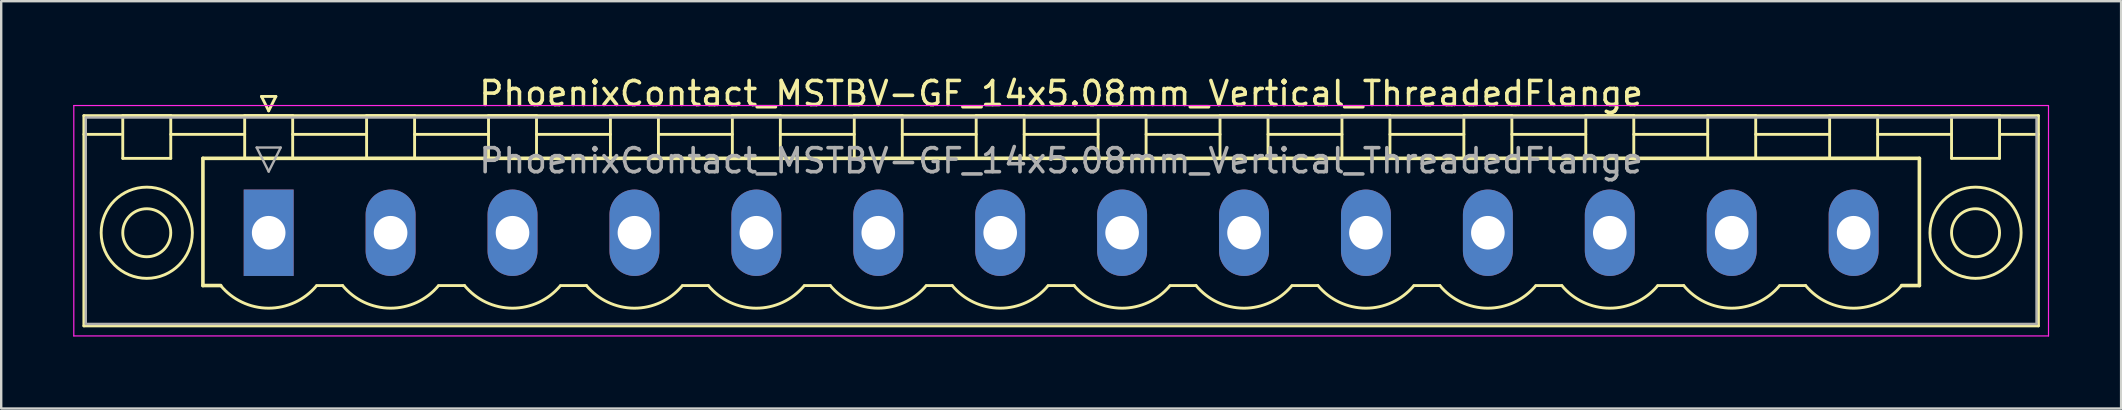
<source format=kicad_pcb>
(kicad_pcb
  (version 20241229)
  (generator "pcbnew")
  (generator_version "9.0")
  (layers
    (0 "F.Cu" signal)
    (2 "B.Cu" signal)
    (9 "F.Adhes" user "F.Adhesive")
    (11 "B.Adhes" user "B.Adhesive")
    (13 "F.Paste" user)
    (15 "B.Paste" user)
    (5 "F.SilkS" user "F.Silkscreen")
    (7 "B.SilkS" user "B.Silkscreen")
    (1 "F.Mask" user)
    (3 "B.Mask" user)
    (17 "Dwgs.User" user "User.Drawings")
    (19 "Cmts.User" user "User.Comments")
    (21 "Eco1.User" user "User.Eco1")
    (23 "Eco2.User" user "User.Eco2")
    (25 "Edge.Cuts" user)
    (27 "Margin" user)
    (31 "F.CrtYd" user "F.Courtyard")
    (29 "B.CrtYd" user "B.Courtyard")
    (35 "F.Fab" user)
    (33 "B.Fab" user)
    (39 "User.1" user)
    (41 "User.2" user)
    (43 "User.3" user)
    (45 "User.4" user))
  (footprint "PhoenixContact_MSTBV-GF_14x5.08mm_Vertical_ThreadedFlange"
    (layer "F.Cu")
    (at 8.145 6.648)
    (property "Reference" "PhoenixContact_MSTBV-GF_14x5.08mm_Vertical_ThreadedFlange" (at 33.02 -5.8 0) (layer "F.SilkS") (effects (font (size 1 1) (thickness 0.15))))
    (attr through_hole)
    (fp_line (start -7.7 -4.88) (end -7.7 3.88) (stroke (width 0.12) (type solid)) (layer "F.SilkS"))
    (fp_line (start -7.7 -4.1) (end -6.16 -4.1) (stroke (width 0.12) (type solid)) (layer "F.SilkS"))
    (fp_line (start -7.7 3.88) (end 73.74 3.88) (stroke (width 0.12) (type solid)) (layer "F.SilkS"))
    (fp_line (start -6.08 -4.88) (end -4.08 -4.88) (stroke (width 0.12) (type solid)) (layer "F.SilkS"))
    (fp_line (start -6.08 -3.1) (end -6.08 -4.88) (stroke (width 0.12) (type solid)) (layer "F.SilkS"))
    (fp_line (start -4.08 -4.88) (end -4.08 -3.1) (stroke (width 0.12) (type solid)) (layer "F.SilkS"))
    (fp_line (start -4.08 -4.1) (end -1 -4.1) (stroke (width 0.12) (type solid)) (layer "F.SilkS"))
    (fp_line (start -4.08 -3.1) (end -6.08 -3.1) (stroke (width 0.12) (type solid)) (layer "F.SilkS"))
    (fp_line (start -2.74 -3.1) (end 68.78 -3.1) (stroke (width 0.15) (type solid)) (layer "F.SilkS"))
    (fp_line (start -2.74 2.2) (end -2.74 -3.1) (stroke (width 0.15) (type solid)) (layer "F.SilkS"))
    (fp_line (start -2 2.2) (end -2.74 2.2) (stroke (width 0.15) (type solid)) (layer "F.SilkS"))
    (fp_line (start -1 -4.88) (end 1 -4.88) (stroke (width 0.12) (type solid)) (layer "F.SilkS"))
    (fp_line (start -1 -3.1) (end -1 -4.88) (stroke (width 0.12) (type solid)) (layer "F.SilkS"))
    (fp_line (start -0.3 -5.68) (end 0.3 -5.68) (stroke (width 0.12) (type solid)) (layer "F.SilkS"))
    (fp_line (start 0 -5.08) (end -0.3 -5.68) (stroke (width 0.12) (type solid)) (layer "F.SilkS"))
    (fp_line (start 0.3 -5.68) (end 0 -5.08) (stroke (width 0.12) (type solid)) (layer "F.SilkS"))
    (fp_line (start 1 -4.88) (end 1 -3.1) (stroke (width 0.12) (type solid)) (layer "F.SilkS"))
    (fp_line (start 1 -4.1) (end 4.08 -4.1) (stroke (width 0.12) (type solid)) (layer "F.SilkS"))
    (fp_line (start 1 -3.1) (end -1 -3.1) (stroke (width 0.12) (type solid)) (layer "F.SilkS"))
    (fp_line (start 2 2.2) (end 3.08 2.2) (stroke (width 0.12) (type solid)) (layer "F.SilkS"))
    (fp_line (start 4.08 -4.88) (end 6.08 -4.88) (stroke (width 0.12) (type solid)) (layer "F.SilkS"))
    (fp_line (start 4.08 -3.1) (end 4.08 -4.88) (stroke (width 0.12) (type solid)) (layer "F.SilkS"))
    (fp_line (start 6.08 -4.88) (end 6.08 -3.1) (stroke (width 0.12) (type solid)) (layer "F.SilkS"))
    (fp_line (start 6.08 -4.1) (end 9.16 -4.1) (stroke (width 0.12) (type solid)) (layer "F.SilkS"))
    (fp_line (start 6.08 -3.1) (end 4.08 -3.1) (stroke (width 0.12) (type solid)) (layer "F.SilkS"))
    (fp_line (start 7.08 2.2) (end 8.16 2.2) (stroke (width 0.12) (type solid)) (layer "F.SilkS"))
    (fp_line (start 9.16 -4.88) (end 11.16 -4.88) (stroke (width 0.12) (type solid)) (layer "F.SilkS"))
    (fp_line (start 9.16 -3.1) (end 9.16 -4.88) (stroke (width 0.12) (type solid)) (layer "F.SilkS"))
    (fp_line (start 11.16 -4.88) (end 11.16 -3.1) (stroke (width 0.12) (type solid)) (layer "F.SilkS"))
    (fp_line (start 11.16 -4.1) (end 14.24 -4.1) (stroke (width 0.12) (type solid)) (layer "F.SilkS"))
    (fp_line (start 11.16 -3.1) (end 9.16 -3.1) (stroke (width 0.12) (type solid)) (layer "F.SilkS"))
    (fp_line (start 12.16 2.2) (end 13.24 2.2) (stroke (width 0.12) (type solid)) (layer "F.SilkS"))
    (fp_line (start 14.24 -4.88) (end 16.24 -4.88) (stroke (width 0.12) (type solid)) (layer "F.SilkS"))
    (fp_line (start 14.24 -3.1) (end 14.24 -4.88) (stroke (width 0.12) (type solid)) (layer "F.SilkS"))
    (fp_line (start 16.24 -4.88) (end 16.24 -3.1) (stroke (width 0.12) (type solid)) (layer "F.SilkS"))
    (fp_line (start 16.24 -4.1) (end 19.32 -4.1) (stroke (width 0.12) (type solid)) (layer "F.SilkS"))
    (fp_line (start 16.24 -3.1) (end 14.24 -3.1) (stroke (width 0.12) (type solid)) (layer "F.SilkS"))
    (fp_line (start 17.24 2.2) (end 18.32 2.2) (stroke (width 0.12) (type solid)) (layer "F.SilkS"))
    (fp_line (start 19.32 -4.88) (end 21.32 -4.88) (stroke (width 0.12) (type solid)) (layer "F.SilkS"))
    (fp_line (start 19.32 -3.1) (end 19.32 -4.88) (stroke (width 0.12) (type solid)) (layer "F.SilkS"))
    (fp_line (start 21.32 -4.88) (end 21.32 -3.1) (stroke (width 0.12) (type solid)) (layer "F.SilkS"))
    (fp_line (start 21.32 -4.1) (end 24.4 -4.1) (stroke (width 0.12) (type solid)) (layer "F.SilkS"))
    (fp_line (start 21.32 -3.1) (end 19.32 -3.1) (stroke (width 0.12) (type solid)) (layer "F.SilkS"))
    (fp_line (start 22.32 2.2) (end 23.4 2.2) (stroke (width 0.12) (type solid)) (layer "F.SilkS"))
    (fp_line (start 24.4 -4.88) (end 26.4 -4.88) (stroke (width 0.12) (type solid)) (layer "F.SilkS"))
    (fp_line (start 24.4 -3.1) (end 24.4 -4.88) (stroke (width 0.12) (type solid)) (layer "F.SilkS"))
    (fp_line (start 26.4 -4.88) (end 26.4 -3.1) (stroke (width 0.12) (type solid)) (layer "F.SilkS"))
    (fp_line (start 26.4 -4.1) (end 29.48 -4.1) (stroke (width 0.12) (type solid)) (layer "F.SilkS"))
    (fp_line (start 26.4 -3.1) (end 24.4 -3.1) (stroke (width 0.12) (type solid)) (layer "F.SilkS"))
    (fp_line (start 27.4 2.2) (end 28.48 2.2) (stroke (width 0.12) (type solid)) (layer "F.SilkS"))
    (fp_line (start 29.48 -4.88) (end 31.48 -4.88) (stroke (width 0.12) (type solid)) (layer "F.SilkS"))
    (fp_line (start 29.48 -3.1) (end 29.48 -4.88) (stroke (width 0.12) (type solid)) (layer "F.SilkS"))
    (fp_line (start 31.48 -4.88) (end 31.48 -3.1) (stroke (width 0.12) (type solid)) (layer "F.SilkS"))
    (fp_line (start 31.48 -4.1) (end 34.56 -4.1) (stroke (width 0.12) (type solid)) (layer "F.SilkS"))
    (fp_line (start 31.48 -3.1) (end 29.48 -3.1) (stroke (width 0.12) (type solid)) (layer "F.SilkS"))
    (fp_line (start 32.48 2.2) (end 33.56 2.2) (stroke (width 0.12) (type solid)) (layer "F.SilkS"))
    (fp_line (start 34.56 -4.88) (end 36.56 -4.88) (stroke (width 0.12) (type solid)) (layer "F.SilkS"))
    (fp_line (start 34.56 -3.1) (end 34.56 -4.88) (stroke (width 0.12) (type solid)) (layer "F.SilkS"))
    (fp_line (start 36.56 -4.88) (end 36.56 -3.1) (stroke (width 0.12) (type solid)) (layer "F.SilkS"))
    (fp_line (start 36.56 -4.1) (end 39.64 -4.1) (stroke (width 0.12) (type solid)) (layer "F.SilkS"))
    (fp_line (start 36.56 -3.1) (end 34.56 -3.1) (stroke (width 0.12) (type solid)) (layer "F.SilkS"))
    (fp_line (start 37.56 2.2) (end 38.64 2.2) (stroke (width 0.12) (type solid)) (layer "F.SilkS"))
    (fp_line (start 39.64 -4.88) (end 41.64 -4.88) (stroke (width 0.12) (type solid)) (layer "F.SilkS"))
    (fp_line (start 39.64 -3.1) (end 39.64 -4.88) (stroke (width 0.12) (type solid)) (layer "F.SilkS"))
    (fp_line (start 41.64 -4.88) (end 41.64 -3.1) (stroke (width 0.12) (type solid)) (layer "F.SilkS"))
    (fp_line (start 41.64 -4.1) (end 44.72 -4.1) (stroke (width 0.12) (type solid)) (layer "F.SilkS"))
    (fp_line (start 41.64 -3.1) (end 39.64 -3.1) (stroke (width 0.12) (type solid)) (layer "F.SilkS"))
    (fp_line (start 42.64 2.2) (end 43.72 2.2) (stroke (width 0.12) (type solid)) (layer "F.SilkS"))
    (fp_line (start 44.72 -4.88) (end 46.72 -4.88) (stroke (width 0.12) (type solid)) (layer "F.SilkS"))
    (fp_line (start 44.72 -3.1) (end 44.72 -4.88) (stroke (width 0.12) (type solid)) (layer "F.SilkS"))
    (fp_line (start 46.72 -4.88) (end 46.72 -3.1) (stroke (width 0.12) (type solid)) (layer "F.SilkS"))
    (fp_line (start 46.72 -4.1) (end 49.8 -4.1) (stroke (width 0.12) (type solid)) (layer "F.SilkS"))
    (fp_line (start 46.72 -3.1) (end 44.72 -3.1) (stroke (width 0.12) (type solid)) (layer "F.SilkS"))
    (fp_line (start 47.72 2.2) (end 48.8 2.2) (stroke (width 0.12) (type solid)) (layer "F.SilkS"))
    (fp_line (start 49.8 -4.88) (end 51.8 -4.88) (stroke (width 0.12) (type solid)) (layer "F.SilkS"))
    (fp_line (start 49.8 -3.1) (end 49.8 -4.88) (stroke (width 0.12) (type solid)) (layer "F.SilkS"))
    (fp_line (start 51.8 -4.88) (end 51.8 -3.1) (stroke (width 0.12) (type solid)) (layer "F.SilkS"))
    (fp_line (start 51.8 -4.1) (end 54.88 -4.1) (stroke (width 0.12) (type solid)) (layer "F.SilkS"))
    (fp_line (start 51.8 -3.1) (end 49.8 -3.1) (stroke (width 0.12) (type solid)) (layer "F.SilkS"))
    (fp_line (start 52.8 2.2) (end 53.88 2.2) (stroke (width 0.12) (type solid)) (layer "F.SilkS"))
    (fp_line (start 54.88 -4.88) (end 56.88 -4.88) (stroke (width 0.12) (type solid)) (layer "F.SilkS"))
    (fp_line (start 54.88 -3.1) (end 54.88 -4.88) (stroke (width 0.12) (type solid)) (layer "F.SilkS"))
    (fp_line (start 56.88 -4.88) (end 56.88 -3.1) (stroke (width 0.12) (type solid)) (layer "F.SilkS"))
    (fp_line (start 56.88 -4.1) (end 59.96 -4.1) (stroke (width 0.12) (type solid)) (layer "F.SilkS"))
    (fp_line (start 56.88 -3.1) (end 54.88 -3.1) (stroke (width 0.12) (type solid)) (layer "F.SilkS"))
    (fp_line (start 57.88 2.2) (end 58.96 2.2) (stroke (width 0.12) (type solid)) (layer "F.SilkS"))
    (fp_line (start 59.96 -4.88) (end 61.96 -4.88) (stroke (width 0.12) (type solid)) (layer "F.SilkS"))
    (fp_line (start 59.96 -3.1) (end 59.96 -4.88) (stroke (width 0.12) (type solid)) (layer "F.SilkS"))
    (fp_line (start 61.96 -4.88) (end 61.96 -3.1) (stroke (width 0.12) (type solid)) (layer "F.SilkS"))
    (fp_line (start 61.96 -4.1) (end 65.04 -4.1) (stroke (width 0.12) (type solid)) (layer "F.SilkS"))
    (fp_line (start 61.96 -3.1) (end 59.96 -3.1) (stroke (width 0.12) (type solid)) (layer "F.SilkS"))
    (fp_line (start 62.96 2.2) (end 64.04 2.2) (stroke (width 0.12) (type solid)) (layer "F.SilkS"))
    (fp_line (start 65.04 -4.88) (end 67.04 -4.88) (stroke (width 0.12) (type solid)) (layer "F.SilkS"))
    (fp_line (start 65.04 -3.1) (end 65.04 -4.88) (stroke (width 0.12) (type solid)) (layer "F.SilkS"))
    (fp_line (start 67.04 -4.88) (end 67.04 -3.1) (stroke (width 0.12) (type solid)) (layer "F.SilkS"))
    (fp_line (start 67.04 -4.1) (end 70.12 -4.1) (stroke (width 0.12) (type solid)) (layer "F.SilkS"))
    (fp_line (start 67.04 -3.1) (end 65.04 -3.1) (stroke (width 0.12) (type solid)) (layer "F.SilkS"))
    (fp_line (start 68.78 -3.1) (end 68.78 2.2) (stroke (width 0.15) (type solid)) (layer "F.SilkS"))
    (fp_line (start 68.78 2.2) (end 68.04 2.2) (stroke (width 0.15) (type solid)) (layer "F.SilkS"))
    (fp_line (start 70.12 -4.88) (end 72.12 -4.88) (stroke (width 0.12) (type solid)) (layer "F.SilkS"))
    (fp_line (start 70.12 -3.1) (end 70.12 -4.88) (stroke (width 0.12) (type solid)) (layer "F.SilkS"))
    (fp_line (start 72.12 -4.88) (end 72.12 -3.1) (stroke (width 0.12) (type solid)) (layer "F.SilkS"))
    (fp_line (start 72.12 -3.1) (end 70.12 -3.1) (stroke (width 0.12) (type solid)) (layer "F.SilkS"))
    (fp_line (start 73.74 -4.88) (end -7.7 -4.88) (stroke (width 0.12) (type solid)) (layer "F.SilkS"))
    (fp_line (start 73.74 -4.1) (end 72.2 -4.1) (stroke (width 0.12) (type solid)) (layer "F.SilkS"))
    (fp_line (start 73.74 3.88) (end 73.74 -4.88) (stroke (width 0.12) (type solid)) (layer "F.SilkS"))
    (fp_arc (start 1.986842 2.215821) (mid -0.010289 3.142758) (end -2 2.2) (stroke (width 0.12) (type solid)) (layer "F.SilkS"))
    (fp_arc (start 7.066842 2.215821) (mid 5.069711 3.142758) (end 3.08 2.2) (stroke (width 0.12) (type solid)) (layer "F.SilkS"))
    (fp_arc (start 12.146842 2.215821) (mid 10.149711 3.142758) (end 8.16 2.2) (stroke (width 0.12) (type solid)) (layer "F.SilkS"))
    (fp_arc (start 17.226842 2.215821) (mid 15.229711 3.142758) (end 13.24 2.2) (stroke (width 0.12) (type solid)) (layer "F.SilkS"))
    (fp_arc (start 22.306842 2.215821) (mid 20.309711 3.142758) (end 18.32 2.2) (stroke (width 0.12) (type solid)) (layer "F.SilkS"))
    (fp_arc (start 27.386842 2.215821) (mid 25.389711 3.142758) (end 23.4 2.2) (stroke (width 0.12) (type solid)) (layer "F.SilkS"))
    (fp_arc (start 32.466842 2.215821) (mid 30.469711 3.142758) (end 28.48 2.2) (stroke (width 0.12) (type solid)) (layer "F.SilkS"))
    (fp_arc (start 37.546842 2.215821) (mid 35.549711 3.142758) (end 33.56 2.2) (stroke (width 0.12) (type solid)) (layer "F.SilkS"))
    (fp_arc (start 42.626842 2.215821) (mid 40.629711 3.142758) (end 38.64 2.2) (stroke (width 0.12) (type solid)) (layer "F.SilkS"))
    (fp_arc (start 47.706842 2.215821) (mid 45.709711 3.142758) (end 43.72 2.2) (stroke (width 0.12) (type solid)) (layer "F.SilkS"))
    (fp_arc (start 52.786842 2.215821) (mid 50.789711 3.142758) (end 48.8 2.2) (stroke (width 0.12) (type solid)) (layer "F.SilkS"))
    (fp_arc (start 57.866842 2.215821) (mid 55.869711 3.142758) (end 53.88 2.2) (stroke (width 0.12) (type solid)) (layer "F.SilkS"))
    (fp_arc (start 62.946842 2.215821) (mid 60.949711 3.142758) (end 58.96 2.2) (stroke (width 0.12) (type solid)) (layer "F.SilkS"))
    (fp_arc (start 68.026842 2.215821) (mid 66.029711 3.142758) (end 64.04 2.2) (stroke (width 0.12) (type solid)) (layer "F.SilkS"))
    (fp_circle (center -5.08 0) (end -4.08 0) (stroke (width 0.12) (type solid)) (fill no) (layer "F.SilkS"))
    (fp_circle (center -5.08 0) (end -3.18 0) (stroke (width 0.12) (type solid)) (fill no) (layer "F.SilkS"))
    (fp_circle (center 71.12 0) (end 72.12 0) (stroke (width 0.12) (type solid)) (fill no) (layer "F.SilkS"))
    (fp_circle (center 71.12 0) (end 73.02 0) (stroke (width 0.12) (type solid)) (fill no) (layer "F.SilkS"))
    (fp_line (start -8.12 -5.3) (end -8.12 4.3) (stroke (width 0.05) (type solid)) (layer "F.CrtYd"))
    (fp_line (start -8.12 4.3) (end 74.16 4.3) (stroke (width 0.05) (type solid)) (layer "F.CrtYd"))
    (fp_line (start 74.16 -5.3) (end -8.12 -5.3) (stroke (width 0.05) (type solid)) (layer "F.CrtYd"))
    (fp_line (start 74.16 4.3) (end 74.16 -5.3) (stroke (width 0.05) (type solid)) (layer "F.CrtYd"))
    (fp_line (start -7.62 -4.8) (end -7.62 3.8) (stroke (width 0.1) (type solid)) (layer "F.Fab"))
    (fp_line (start -7.62 3.8) (end 73.66 3.8) (stroke (width 0.1) (type solid)) (layer "F.Fab"))
    (fp_line (start -0.5 -3.55) (end 0.5 -3.55) (stroke (width 0.1) (type solid)) (layer "F.Fab"))
    (fp_line (start 0 -2.55) (end -0.5 -3.55) (stroke (width 0.1) (type solid)) (layer "F.Fab"))
    (fp_line (start 0.5 -3.55) (end 0 -2.55) (stroke (width 0.1) (type solid)) (layer "F.Fab"))
    (fp_line (start 73.66 -4.8) (end -7.62 -4.8) (stroke (width 0.1) (type solid)) (layer "F.Fab"))
    (fp_line (start 73.66 3.8) (end 73.66 -4.8) (stroke (width 0.1) (type solid)) (layer "F.Fab"))
    (fp_text user "${REFERENCE}" (at 33.02 -3 0) (layer "F.Fab") (effects (font (size 1 1) (thickness 0.15))))
    (pad "1" thru_hole rect (at 0 0) (size 2.08 3.6) (drill 1.4) (layers "*.Cu" "*.Mask"))
    (pad "2" thru_hole oval (at 5.08 0) (size 2.08 3.6) (drill 1.4) (layers "*.Cu" "*.Mask"))
    (pad "3" thru_hole oval (at 10.16 0) (size 2.08 3.6) (drill 1.4) (layers "*.Cu" "*.Mask"))
    (pad "4" thru_hole oval (at 15.24 0) (size 2.08 3.6) (drill 1.4) (layers "*.Cu" "*.Mask"))
    (pad "5" thru_hole oval (at 20.32 0) (size 2.08 3.6) (drill 1.4) (layers "*.Cu" "*.Mask"))
    (pad "6" thru_hole oval (at 25.4 0) (size 2.08 3.6) (drill 1.4) (layers "*.Cu" "*.Mask"))
    (pad "7" thru_hole oval (at 30.48 0) (size 2.08 3.6) (drill 1.4) (layers "*.Cu" "*.Mask"))
    (pad "8" thru_hole oval (at 35.56 0) (size 2.08 3.6) (drill 1.4) (layers "*.Cu" "*.Mask"))
    (pad "9" thru_hole oval (at 40.64 0) (size 2.08 3.6) (drill 1.4) (layers "*.Cu" "*.Mask"))
    (pad "10" thru_hole oval (at 45.72 0) (size 2.08 3.6) (drill 1.4) (layers "*.Cu" "*.Mask"))
    (pad "11" thru_hole oval (at 50.8 0) (size 2.08 3.6) (drill 1.4) (layers "*.Cu" "*.Mask"))
    (pad "12" thru_hole oval (at 55.88 0) (size 2.08 3.6) (drill 1.4) (layers "*.Cu" "*.Mask"))
    (pad "13" thru_hole oval (at 60.96 0) (size 2.08 3.6) (drill 1.4) (layers "*.Cu" "*.Mask"))
    (pad "14" thru_hole oval (at 66.04 0) (size 2.08 3.6) (drill 1.4) (layers "*.Cu" "*.Mask")))
  (gr_rect
    (start -3 -3)
    (end 85.33 13.973)
    (stroke (width 0.1) (type default))
    (fill no)
    (layer "Edge.Cuts")))
</source>
